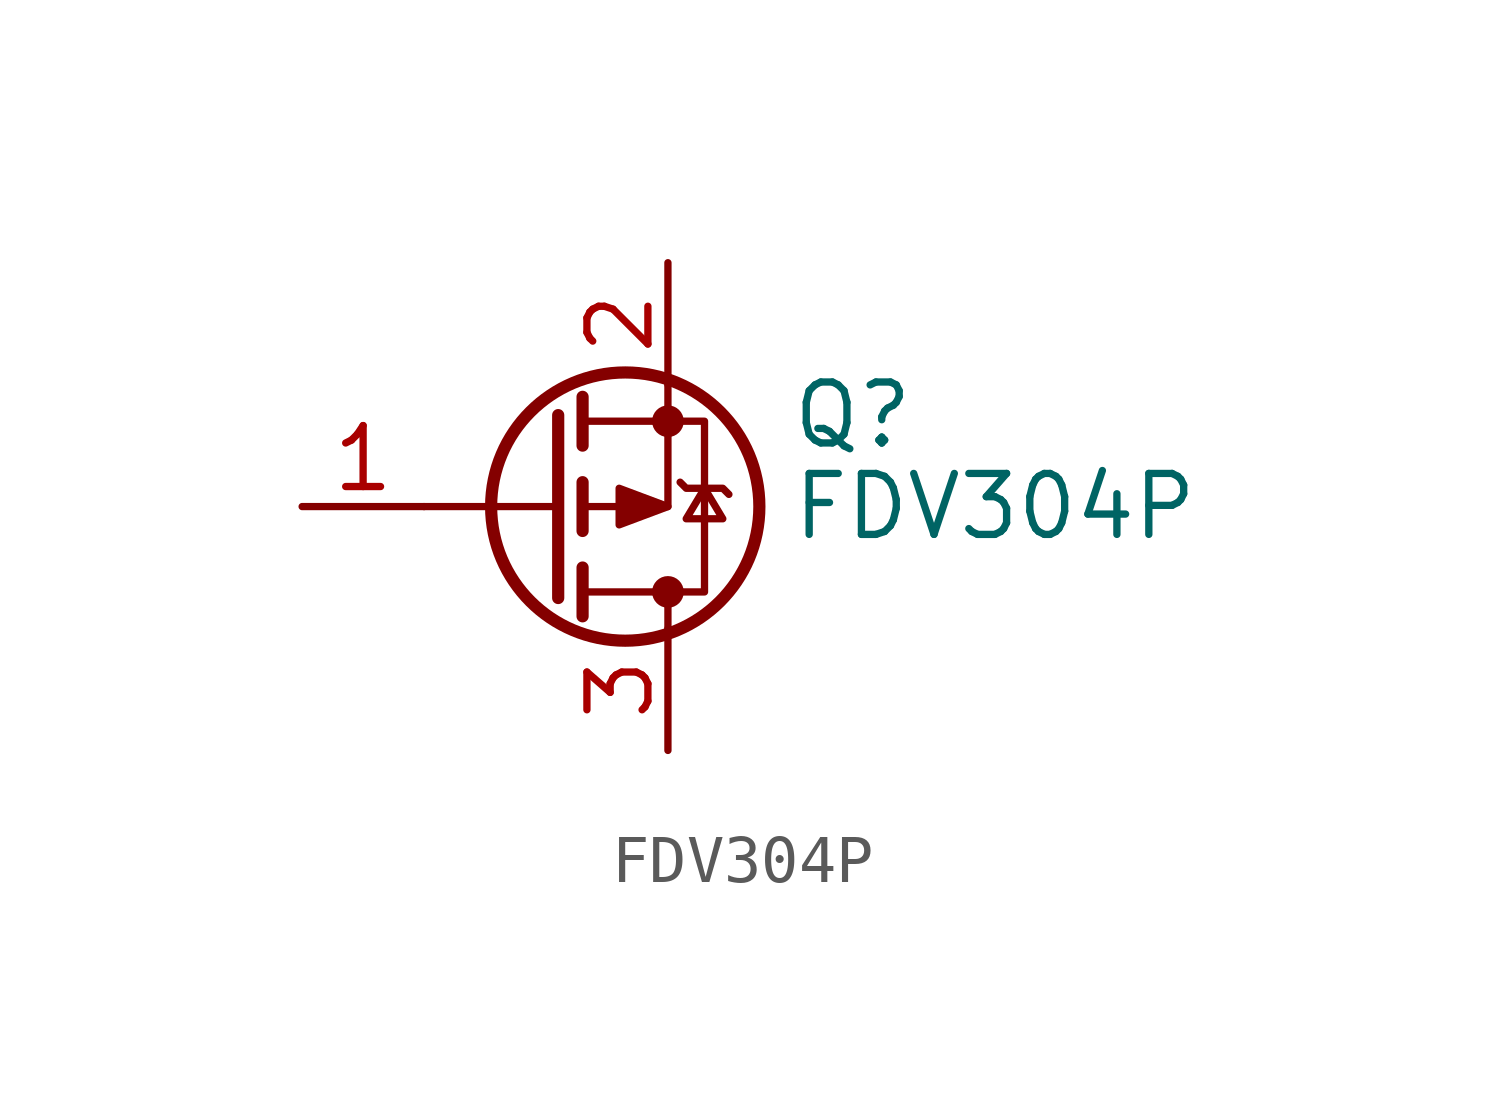
<source format=kicad_sym>
(kicad_symbol_lib
  (version 20211014)
  (generator kicad_symbol_editor)
  (symbol "FDV304P"
    (pin_names hide)
    (property "Reference" "Q"
      (at 2.54 1.905 0)
      (effects (font (size 1.27 1.27)) (justify left)))
    (property "Value" "FDV304P"
      (at 2.54 0 0)
      (effects (font (size 1.27 1.27)) (justify left)))
    (symbol "FDV304P_0_1"
      (circle (center -0.889 0) (radius 2.794) (stroke (width 0.254) (type default) (color 0 0 0 0)) (fill (type none)))
      (circle (center 0 -1.778) (radius 0.254) (stroke (width 0) (type default) (color 0 0 0 0)) (fill (type outline)))
      (polyline (pts (xy -2.286 -1.905) (xy -2.286 1.905)) (stroke (width 0.254) (type default) (color 0 0 0 0)) (fill (type none)))
      (polyline (pts (xy -2.286 0) (xy -5.08 0)) (stroke (width 0) (type default) (color 0 0 0 0)) (fill (type none)))
      (polyline (pts (xy -1.778 -2.286) (xy -1.778 -1.27)) (stroke (width 0.254) (type default) (color 0 0 0 0)) (fill (type none)))
      (polyline (pts (xy -1.778 -0.508) (xy -1.778 0.508)) (stroke (width 0.254) (type default) (color 0 0 0 0)) (fill (type none)))
      (polyline (pts (xy -1.778 1.27) (xy -1.778 2.286)) (stroke (width 0.254) (type default) (color 0 0 0 0)) (fill (type none)))
      (polyline (pts (xy 0 -2.54) (xy 0 -1.778)) (stroke (width 0) (type default) (color 0 0 0 0)) (fill (type none)))
      (polyline (pts (xy 0 2.54) (xy 0 0) (xy -1.778 0)) (stroke (width 0) (type default) (color 0 0 0 0)) (fill (type none)))
      (polyline (pts (xy -1.778 -1.778) (xy 0.762 -1.778) (xy 0.762 1.778) (xy -1.778 1.778)) (stroke (width 0) (type default) (color 0 0 0 0)) (fill (type none)))
      (polyline (pts (xy 0 0) (xy -1.016 -0.381) (xy -1.016 0.381) (xy 0 0)) (stroke (width 0) (type default) (color 0 0 0 0)) (fill (type outline)))
      (polyline (pts (xy 0.254 0.508) (xy 0.381 0.381) (xy 1.143 0.381) (xy 1.27 0.254)) (stroke (width 0) (type default) (color 0 0 0 0)) (fill (type none)))
      (polyline (pts (xy 0.762 0.381) (xy 0.381 -0.254) (xy 1.143 -0.254) (xy 0.762 0.381)) (stroke (width 0) (type default) (color 0 0 0 0)) (fill (type none)))
      (circle (center 0 1.778) (radius 0.254) (stroke (width 0) (type default) (color 0 0 0 0)) (fill (type outline))))
    (symbol "FDV304P_1_1"
      (pin input line (at -7.62 0 0) (length 2.54) (name "G" (effects (font (size 1.27 1.27)))) (number "1" (effects (font (size 1.27 1.27)))))
      (pin passive line (at 0 5.08 270) (length 2.54) (name "S" (effects (font (size 1.27 1.27)))) (number "2" (effects (font (size 1.27 1.27)))))
      (pin passive line (at 0 -5.08 90) (length 2.54) (name "D" (effects (font (size 1.27 1.27)))) (number "3" (effects (font (size 1.27 1.27))))))))
</source>
